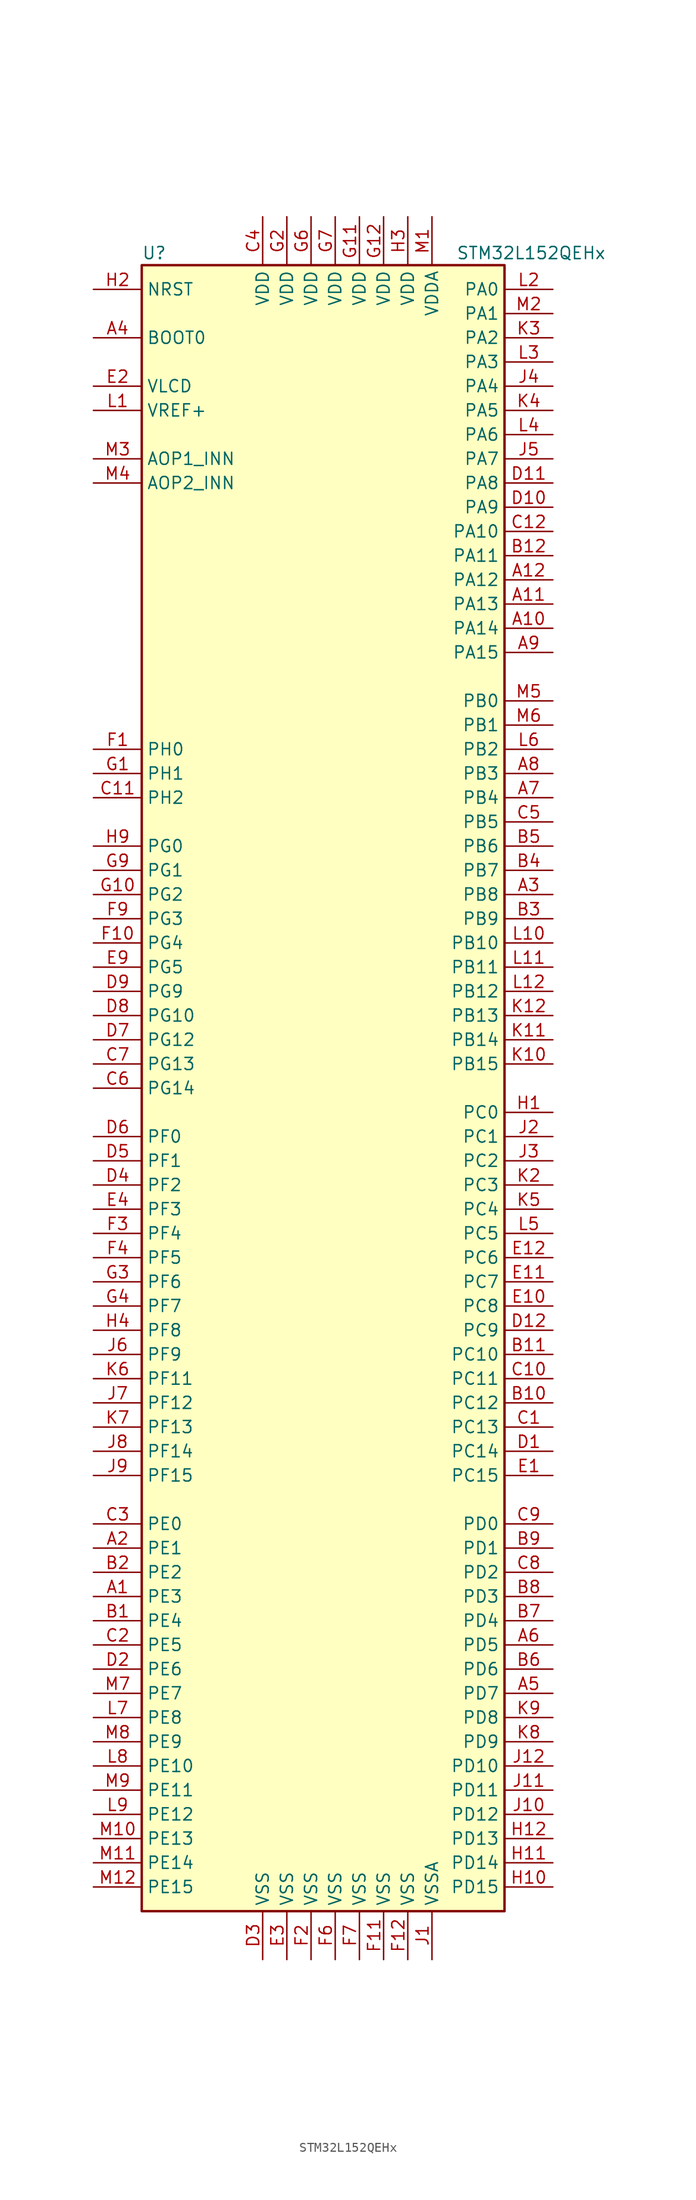
<source format=kicad_sym>
(kicad_symbol_lib
  (version 20211014)
  (generator kicad_symbol_editor)
  (symbol "STM32L152QEHx"
    (property "Reference" "U"
      (at -20.32 87.63 0)
      (effects (font (size 1.27 1.27)) (justify left)))
    (property "Value" "STM32L152QEHx"
      (at 12.7 87.63 0)
      (effects (font (size 1.27 1.27)) (justify left)))
    (symbol "STM32L152QEHx_0_1"
      (rectangle (start -20.32 -86.36) (end 17.78 86.36) (stroke (width 0.254) (type default) (color 0 0 0 0)) (fill (type background))))
    (symbol "STM32L152QEHx_1_1"
      (pin bidirectional line (at -25.4 -53.34 0) (length 5.08) (name "PE3" (effects (font (size 1.27 1.27)))) (number "A1" (effects (font (size 1.27 1.27)))))
      (pin bidirectional line (at 22.86 48.26 180) (length 5.08) (name "PA14" (effects (font (size 1.27 1.27)))) (number "A10" (effects (font (size 1.27 1.27)))))
      (pin bidirectional line (at 22.86 50.8 180) (length 5.08) (name "PA13" (effects (font (size 1.27 1.27)))) (number "A11" (effects (font (size 1.27 1.27)))))
      (pin bidirectional line (at 22.86 53.34 180) (length 5.08) (name "PA12" (effects (font (size 1.27 1.27)))) (number "A12" (effects (font (size 1.27 1.27)))))
      (pin bidirectional line (at -25.4 -48.26 0) (length 5.08) (name "PE1" (effects (font (size 1.27 1.27)))) (number "A2" (effects (font (size 1.27 1.27)))))
      (pin bidirectional line (at 22.86 20.32 180) (length 5.08) (name "PB8" (effects (font (size 1.27 1.27)))) (number "A3" (effects (font (size 1.27 1.27)))))
      (pin input line (at -25.4 78.74 0) (length 5.08) (name "BOOT0" (effects (font (size 1.27 1.27)))) (number "A4" (effects (font (size 1.27 1.27)))))
      (pin bidirectional line (at 22.86 -63.5 180) (length 5.08) (name "PD7" (effects (font (size 1.27 1.27)))) (number "A5" (effects (font (size 1.27 1.27)))))
      (pin bidirectional line (at 22.86 -58.42 180) (length 5.08) (name "PD5" (effects (font (size 1.27 1.27)))) (number "A6" (effects (font (size 1.27 1.27)))))
      (pin bidirectional line (at 22.86 30.48 180) (length 5.08) (name "PB4" (effects (font (size 1.27 1.27)))) (number "A7" (effects (font (size 1.27 1.27)))))
      (pin bidirectional line (at 22.86 33.02 180) (length 5.08) (name "PB3" (effects (font (size 1.27 1.27)))) (number "A8" (effects (font (size 1.27 1.27)))))
      (pin bidirectional line (at 22.86 45.72 180) (length 5.08) (name "PA15" (effects (font (size 1.27 1.27)))) (number "A9" (effects (font (size 1.27 1.27)))))
      (pin bidirectional line (at -25.4 -55.88 0) (length 5.08) (name "PE4" (effects (font (size 1.27 1.27)))) (number "B1" (effects (font (size 1.27 1.27)))))
      (pin bidirectional line (at 22.86 -33.02 180) (length 5.08) (name "PC12" (effects (font (size 1.27 1.27)))) (number "B10" (effects (font (size 1.27 1.27)))))
      (pin bidirectional line (at 22.86 -27.94 180) (length 5.08) (name "PC10" (effects (font (size 1.27 1.27)))) (number "B11" (effects (font (size 1.27 1.27)))))
      (pin bidirectional line (at 22.86 55.88 180) (length 5.08) (name "PA11" (effects (font (size 1.27 1.27)))) (number "B12" (effects (font (size 1.27 1.27)))))
      (pin bidirectional line (at -25.4 -50.8 0) (length 5.08) (name "PE2" (effects (font (size 1.27 1.27)))) (number "B2" (effects (font (size 1.27 1.27)))))
      (pin bidirectional line (at 22.86 17.78 180) (length 5.08) (name "PB9" (effects (font (size 1.27 1.27)))) (number "B3" (effects (font (size 1.27 1.27)))))
      (pin bidirectional line (at 22.86 22.86 180) (length 5.08) (name "PB7" (effects (font (size 1.27 1.27)))) (number "B4" (effects (font (size 1.27 1.27)))))
      (pin bidirectional line (at 22.86 25.4 180) (length 5.08) (name "PB6" (effects (font (size 1.27 1.27)))) (number "B5" (effects (font (size 1.27 1.27)))))
      (pin bidirectional line (at 22.86 -60.96 180) (length 5.08) (name "PD6" (effects (font (size 1.27 1.27)))) (number "B6" (effects (font (size 1.27 1.27)))))
      (pin bidirectional line (at 22.86 -55.88 180) (length 5.08) (name "PD4" (effects (font (size 1.27 1.27)))) (number "B7" (effects (font (size 1.27 1.27)))))
      (pin bidirectional line (at 22.86 -53.34 180) (length 5.08) (name "PD3" (effects (font (size 1.27 1.27)))) (number "B8" (effects (font (size 1.27 1.27)))))
      (pin bidirectional line (at 22.86 -48.26 180) (length 5.08) (name "PD1" (effects (font (size 1.27 1.27)))) (number "B9" (effects (font (size 1.27 1.27)))))
      (pin bidirectional line (at 22.86 -35.56 180) (length 5.08) (name "PC13" (effects (font (size 1.27 1.27)))) (number "C1" (effects (font (size 1.27 1.27)))))
      (pin bidirectional line (at 22.86 -30.48 180) (length 5.08) (name "PC11" (effects (font (size 1.27 1.27)))) (number "C10" (effects (font (size 1.27 1.27)))))
      (pin bidirectional line (at -25.4 30.48 0) (length 5.08) (name "PH2" (effects (font (size 1.27 1.27)))) (number "C11" (effects (font (size 1.27 1.27)))))
      (pin bidirectional line (at 22.86 58.42 180) (length 5.08) (name "PA10" (effects (font (size 1.27 1.27)))) (number "C12" (effects (font (size 1.27 1.27)))))
      (pin bidirectional line (at -25.4 -58.42 0) (length 5.08) (name "PE5" (effects (font (size 1.27 1.27)))) (number "C2" (effects (font (size 1.27 1.27)))))
      (pin bidirectional line (at -25.4 -45.72 0) (length 5.08) (name "PE0" (effects (font (size 1.27 1.27)))) (number "C3" (effects (font (size 1.27 1.27)))))
      (pin power_in line (at -7.62 91.44 270) (length 5.08) (name "VDD" (effects (font (size 1.27 1.27)))) (number "C4" (effects (font (size 1.27 1.27)))))
      (pin bidirectional line (at 22.86 27.94 180) (length 5.08) (name "PB5" (effects (font (size 1.27 1.27)))) (number "C5" (effects (font (size 1.27 1.27)))))
      (pin bidirectional line (at -25.4 0 0) (length 5.08) (name "PG14" (effects (font (size 1.27 1.27)))) (number "C6" (effects (font (size 1.27 1.27)))))
      (pin bidirectional line (at -25.4 2.54 0) (length 5.08) (name "PG13" (effects (font (size 1.27 1.27)))) (number "C7" (effects (font (size 1.27 1.27)))))
      (pin bidirectional line (at 22.86 -50.8 180) (length 5.08) (name "PD2" (effects (font (size 1.27 1.27)))) (number "C8" (effects (font (size 1.27 1.27)))))
      (pin bidirectional line (at 22.86 -45.72 180) (length 5.08) (name "PD0" (effects (font (size 1.27 1.27)))) (number "C9" (effects (font (size 1.27 1.27)))))
      (pin bidirectional line (at 22.86 -38.1 180) (length 5.08) (name "PC14" (effects (font (size 1.27 1.27)))) (number "D1" (effects (font (size 1.27 1.27)))))
      (pin bidirectional line (at 22.86 60.96 180) (length 5.08) (name "PA9" (effects (font (size 1.27 1.27)))) (number "D10" (effects (font (size 1.27 1.27)))))
      (pin bidirectional line (at 22.86 63.5 180) (length 5.08) (name "PA8" (effects (font (size 1.27 1.27)))) (number "D11" (effects (font (size 1.27 1.27)))))
      (pin bidirectional line (at 22.86 -25.4 180) (length 5.08) (name "PC9" (effects (font (size 1.27 1.27)))) (number "D12" (effects (font (size 1.27 1.27)))))
      (pin bidirectional line (at -25.4 -60.96 0) (length 5.08) (name "PE6" (effects (font (size 1.27 1.27)))) (number "D2" (effects (font (size 1.27 1.27)))))
      (pin power_in line (at -7.62 -91.44 90) (length 5.08) (name "VSS" (effects (font (size 1.27 1.27)))) (number "D3" (effects (font (size 1.27 1.27)))))
      (pin bidirectional line (at -25.4 -10.16 0) (length 5.08) (name "PF2" (effects (font (size 1.27 1.27)))) (number "D4" (effects (font (size 1.27 1.27)))))
      (pin bidirectional line (at -25.4 -7.62 0) (length 5.08) (name "PF1" (effects (font (size 1.27 1.27)))) (number "D5" (effects (font (size 1.27 1.27)))))
      (pin bidirectional line (at -25.4 -5.08 0) (length 5.08) (name "PF0" (effects (font (size 1.27 1.27)))) (number "D6" (effects (font (size 1.27 1.27)))))
      (pin bidirectional line (at -25.4 5.08 0) (length 5.08) (name "PG12" (effects (font (size 1.27 1.27)))) (number "D7" (effects (font (size 1.27 1.27)))))
      (pin bidirectional line (at -25.4 7.62 0) (length 5.08) (name "PG10" (effects (font (size 1.27 1.27)))) (number "D8" (effects (font (size 1.27 1.27)))))
      (pin bidirectional line (at -25.4 10.16 0) (length 5.08) (name "PG9" (effects (font (size 1.27 1.27)))) (number "D9" (effects (font (size 1.27 1.27)))))
      (pin bidirectional line (at 22.86 -40.64 180) (length 5.08) (name "PC15" (effects (font (size 1.27 1.27)))) (number "E1" (effects (font (size 1.27 1.27)))))
      (pin bidirectional line (at 22.86 -22.86 180) (length 5.08) (name "PC8" (effects (font (size 1.27 1.27)))) (number "E10" (effects (font (size 1.27 1.27)))))
      (pin bidirectional line (at 22.86 -20.32 180) (length 5.08) (name "PC7" (effects (font (size 1.27 1.27)))) (number "E11" (effects (font (size 1.27 1.27)))))
      (pin bidirectional line (at 22.86 -17.78 180) (length 5.08) (name "PC6" (effects (font (size 1.27 1.27)))) (number "E12" (effects (font (size 1.27 1.27)))))
      (pin power_in line (at -25.4 73.66 0) (length 5.08) (name "VLCD" (effects (font (size 1.27 1.27)))) (number "E2" (effects (font (size 1.27 1.27)))))
      (pin power_in line (at -5.08 -91.44 90) (length 5.08) (name "VSS" (effects (font (size 1.27 1.27)))) (number "E3" (effects (font (size 1.27 1.27)))))
      (pin bidirectional line (at -25.4 -12.7 0) (length 5.08) (name "PF3" (effects (font (size 1.27 1.27)))) (number "E4" (effects (font (size 1.27 1.27)))))
      (pin bidirectional line (at -25.4 12.7 0) (length 5.08) (name "PG5" (effects (font (size 1.27 1.27)))) (number "E9" (effects (font (size 1.27 1.27)))))
      (pin input line (at -25.4 35.56 0) (length 5.08) (name "PH0" (effects (font (size 1.27 1.27)))) (number "F1" (effects (font (size 1.27 1.27)))))
      (pin bidirectional line (at -25.4 15.24 0) (length 5.08) (name "PG4" (effects (font (size 1.27 1.27)))) (number "F10" (effects (font (size 1.27 1.27)))))
      (pin power_in line (at 5.08 -91.44 90) (length 5.08) (name "VSS" (effects (font (size 1.27 1.27)))) (number "F11" (effects (font (size 1.27 1.27)))))
      (pin power_in line (at 7.62 -91.44 90) (length 5.08) (name "VSS" (effects (font (size 1.27 1.27)))) (number "F12" (effects (font (size 1.27 1.27)))))
      (pin power_in line (at -2.54 -91.44 90) (length 5.08) (name "VSS" (effects (font (size 1.27 1.27)))) (number "F2" (effects (font (size 1.27 1.27)))))
      (pin bidirectional line (at -25.4 -15.24 0) (length 5.08) (name "PF4" (effects (font (size 1.27 1.27)))) (number "F3" (effects (font (size 1.27 1.27)))))
      (pin bidirectional line (at -25.4 -17.78 0) (length 5.08) (name "PF5" (effects (font (size 1.27 1.27)))) (number "F4" (effects (font (size 1.27 1.27)))))
      (pin power_in line (at 0 -91.44 90) (length 5.08) (name "VSS" (effects (font (size 1.27 1.27)))) (number "F6" (effects (font (size 1.27 1.27)))))
      (pin power_in line (at 2.54 -91.44 90) (length 5.08) (name "VSS" (effects (font (size 1.27 1.27)))) (number "F7" (effects (font (size 1.27 1.27)))))
      (pin bidirectional line (at -25.4 17.78 0) (length 5.08) (name "PG3" (effects (font (size 1.27 1.27)))) (number "F9" (effects (font (size 1.27 1.27)))))
      (pin input line (at -25.4 33.02 0) (length 5.08) (name "PH1" (effects (font (size 1.27 1.27)))) (number "G1" (effects (font (size 1.27 1.27)))))
      (pin bidirectional line (at -25.4 20.32 0) (length 5.08) (name "PG2" (effects (font (size 1.27 1.27)))) (number "G10" (effects (font (size 1.27 1.27)))))
      (pin power_in line (at 2.54 91.44 270) (length 5.08) (name "VDD" (effects (font (size 1.27 1.27)))) (number "G11" (effects (font (size 1.27 1.27)))))
      (pin power_in line (at 5.08 91.44 270) (length 5.08) (name "VDD" (effects (font (size 1.27 1.27)))) (number "G12" (effects (font (size 1.27 1.27)))))
      (pin power_in line (at -5.08 91.44 270) (length 5.08) (name "VDD" (effects (font (size 1.27 1.27)))) (number "G2" (effects (font (size 1.27 1.27)))))
      (pin bidirectional line (at -25.4 -20.32 0) (length 5.08) (name "PF6" (effects (font (size 1.27 1.27)))) (number "G3" (effects (font (size 1.27 1.27)))))
      (pin bidirectional line (at -25.4 -22.86 0) (length 5.08) (name "PF7" (effects (font (size 1.27 1.27)))) (number "G4" (effects (font (size 1.27 1.27)))))
      (pin power_in line (at -2.54 91.44 270) (length 5.08) (name "VDD" (effects (font (size 1.27 1.27)))) (number "G6" (effects (font (size 1.27 1.27)))))
      (pin power_in line (at 0 91.44 270) (length 5.08) (name "VDD" (effects (font (size 1.27 1.27)))) (number "G7" (effects (font (size 1.27 1.27)))))
      (pin bidirectional line (at -25.4 22.86 0) (length 5.08) (name "PG1" (effects (font (size 1.27 1.27)))) (number "G9" (effects (font (size 1.27 1.27)))))
      (pin bidirectional line (at 22.86 -2.54 180) (length 5.08) (name "PC0" (effects (font (size 1.27 1.27)))) (number "H1" (effects (font (size 1.27 1.27)))))
      (pin bidirectional line (at 22.86 -83.82 180) (length 5.08) (name "PD15" (effects (font (size 1.27 1.27)))) (number "H10" (effects (font (size 1.27 1.27)))))
      (pin bidirectional line (at 22.86 -81.28 180) (length 5.08) (name "PD14" (effects (font (size 1.27 1.27)))) (number "H11" (effects (font (size 1.27 1.27)))))
      (pin bidirectional line (at 22.86 -78.74 180) (length 5.08) (name "PD13" (effects (font (size 1.27 1.27)))) (number "H12" (effects (font (size 1.27 1.27)))))
      (pin input line (at -25.4 83.82 0) (length 5.08) (name "NRST" (effects (font (size 1.27 1.27)))) (number "H2" (effects (font (size 1.27 1.27)))))
      (pin power_in line (at 7.62 91.44 270) (length 5.08) (name "VDD" (effects (font (size 1.27 1.27)))) (number "H3" (effects (font (size 1.27 1.27)))))
      (pin bidirectional line (at -25.4 -25.4 0) (length 5.08) (name "PF8" (effects (font (size 1.27 1.27)))) (number "H4" (effects (font (size 1.27 1.27)))))
      (pin bidirectional line (at -25.4 25.4 0) (length 5.08) (name "PG0" (effects (font (size 1.27 1.27)))) (number "H9" (effects (font (size 1.27 1.27)))))
      (pin power_in line (at 10.16 -91.44 90) (length 5.08) (name "VSSA" (effects (font (size 1.27 1.27)))) (number "J1" (effects (font (size 1.27 1.27)))))
      (pin bidirectional line (at 22.86 -76.2 180) (length 5.08) (name "PD12" (effects (font (size 1.27 1.27)))) (number "J10" (effects (font (size 1.27 1.27)))))
      (pin bidirectional line (at 22.86 -73.66 180) (length 5.08) (name "PD11" (effects (font (size 1.27 1.27)))) (number "J11" (effects (font (size 1.27 1.27)))))
      (pin bidirectional line (at 22.86 -71.12 180) (length 5.08) (name "PD10" (effects (font (size 1.27 1.27)))) (number "J12" (effects (font (size 1.27 1.27)))))
      (pin bidirectional line (at 22.86 -5.08 180) (length 5.08) (name "PC1" (effects (font (size 1.27 1.27)))) (number "J2" (effects (font (size 1.27 1.27)))))
      (pin bidirectional line (at 22.86 -7.62 180) (length 5.08) (name "PC2" (effects (font (size 1.27 1.27)))) (number "J3" (effects (font (size 1.27 1.27)))))
      (pin bidirectional line (at 22.86 73.66 180) (length 5.08) (name "PA4" (effects (font (size 1.27 1.27)))) (number "J4" (effects (font (size 1.27 1.27)))))
      (pin bidirectional line (at 22.86 66.04 180) (length 5.08) (name "PA7" (effects (font (size 1.27 1.27)))) (number "J5" (effects (font (size 1.27 1.27)))))
      (pin bidirectional line (at -25.4 -27.94 0) (length 5.08) (name "PF9" (effects (font (size 1.27 1.27)))) (number "J6" (effects (font (size 1.27 1.27)))))
      (pin bidirectional line (at -25.4 -33.02 0) (length 5.08) (name "PF12" (effects (font (size 1.27 1.27)))) (number "J7" (effects (font (size 1.27 1.27)))))
      (pin bidirectional line (at -25.4 -38.1 0) (length 5.08) (name "PF14" (effects (font (size 1.27 1.27)))) (number "J8" (effects (font (size 1.27 1.27)))))
      (pin bidirectional line (at -25.4 -40.64 0) (length 5.08) (name "PF15" (effects (font (size 1.27 1.27)))) (number "J9" (effects (font (size 1.27 1.27)))))
      (pin no_connect line (at -20.32 -83.82 0) (length 5.08) hide (name "NC" (effects (font (size 1.27 1.27)))) (number "K1" (effects (font (size 1.27 1.27)))))
      (pin bidirectional line (at 22.86 2.54 180) (length 5.08) (name "PB15" (effects (font (size 1.27 1.27)))) (number "K10" (effects (font (size 1.27 1.27)))))
      (pin bidirectional line (at 22.86 5.08 180) (length 5.08) (name "PB14" (effects (font (size 1.27 1.27)))) (number "K11" (effects (font (size 1.27 1.27)))))
      (pin bidirectional line (at 22.86 7.62 180) (length 5.08) (name "PB13" (effects (font (size 1.27 1.27)))) (number "K12" (effects (font (size 1.27 1.27)))))
      (pin bidirectional line (at 22.86 -10.16 180) (length 5.08) (name "PC3" (effects (font (size 1.27 1.27)))) (number "K2" (effects (font (size 1.27 1.27)))))
      (pin bidirectional line (at 22.86 78.74 180) (length 5.08) (name "PA2" (effects (font (size 1.27 1.27)))) (number "K3" (effects (font (size 1.27 1.27)))))
      (pin bidirectional line (at 22.86 71.12 180) (length 5.08) (name "PA5" (effects (font (size 1.27 1.27)))) (number "K4" (effects (font (size 1.27 1.27)))))
      (pin bidirectional line (at 22.86 -12.7 180) (length 5.08) (name "PC4" (effects (font (size 1.27 1.27)))) (number "K5" (effects (font (size 1.27 1.27)))))
      (pin bidirectional line (at -25.4 -30.48 0) (length 5.08) (name "PF11" (effects (font (size 1.27 1.27)))) (number "K6" (effects (font (size 1.27 1.27)))))
      (pin bidirectional line (at -25.4 -35.56 0) (length 5.08) (name "PF13" (effects (font (size 1.27 1.27)))) (number "K7" (effects (font (size 1.27 1.27)))))
      (pin bidirectional line (at 22.86 -68.58 180) (length 5.08) (name "PD9" (effects (font (size 1.27 1.27)))) (number "K8" (effects (font (size 1.27 1.27)))))
      (pin bidirectional line (at 22.86 -66.04 180) (length 5.08) (name "PD8" (effects (font (size 1.27 1.27)))) (number "K9" (effects (font (size 1.27 1.27)))))
      (pin power_in line (at -25.4 71.12 0) (length 5.08) (name "VREF+" (effects (font (size 1.27 1.27)))) (number "L1" (effects (font (size 1.27 1.27)))))
      (pin bidirectional line (at 22.86 15.24 180) (length 5.08) (name "PB10" (effects (font (size 1.27 1.27)))) (number "L10" (effects (font (size 1.27 1.27)))))
      (pin bidirectional line (at 22.86 12.7 180) (length 5.08) (name "PB11" (effects (font (size 1.27 1.27)))) (number "L11" (effects (font (size 1.27 1.27)))))
      (pin bidirectional line (at 22.86 10.16 180) (length 5.08) (name "PB12" (effects (font (size 1.27 1.27)))) (number "L12" (effects (font (size 1.27 1.27)))))
      (pin bidirectional line (at 22.86 83.82 180) (length 5.08) (name "PA0" (effects (font (size 1.27 1.27)))) (number "L2" (effects (font (size 1.27 1.27)))))
      (pin bidirectional line (at 22.86 76.2 180) (length 5.08) (name "PA3" (effects (font (size 1.27 1.27)))) (number "L3" (effects (font (size 1.27 1.27)))))
      (pin bidirectional line (at 22.86 68.58 180) (length 5.08) (name "PA6" (effects (font (size 1.27 1.27)))) (number "L4" (effects (font (size 1.27 1.27)))))
      (pin bidirectional line (at 22.86 -15.24 180) (length 5.08) (name "PC5" (effects (font (size 1.27 1.27)))) (number "L5" (effects (font (size 1.27 1.27)))))
      (pin bidirectional line (at 22.86 35.56 180) (length 5.08) (name "PB2" (effects (font (size 1.27 1.27)))) (number "L6" (effects (font (size 1.27 1.27)))))
      (pin bidirectional line (at -25.4 -66.04 0) (length 5.08) (name "PE8" (effects (font (size 1.27 1.27)))) (number "L7" (effects (font (size 1.27 1.27)))))
      (pin bidirectional line (at -25.4 -71.12 0) (length 5.08) (name "PE10" (effects (font (size 1.27 1.27)))) (number "L8" (effects (font (size 1.27 1.27)))))
      (pin bidirectional line (at -25.4 -76.2 0) (length 5.08) (name "PE12" (effects (font (size 1.27 1.27)))) (number "L9" (effects (font (size 1.27 1.27)))))
      (pin power_in line (at 10.16 91.44 270) (length 5.08) (name "VDDA" (effects (font (size 1.27 1.27)))) (number "M1" (effects (font (size 1.27 1.27)))))
      (pin bidirectional line (at -25.4 -78.74 0) (length 5.08) (name "PE13" (effects (font (size 1.27 1.27)))) (number "M10" (effects (font (size 1.27 1.27)))))
      (pin bidirectional line (at -25.4 -81.28 0) (length 5.08) (name "PE14" (effects (font (size 1.27 1.27)))) (number "M11" (effects (font (size 1.27 1.27)))))
      (pin bidirectional line (at -25.4 -83.82 0) (length 5.08) (name "PE15" (effects (font (size 1.27 1.27)))) (number "M12" (effects (font (size 1.27 1.27)))))
      (pin bidirectional line (at 22.86 81.28 180) (length 5.08) (name "PA1" (effects (font (size 1.27 1.27)))) (number "M2" (effects (font (size 1.27 1.27)))))
      (pin bidirectional line (at -25.4 66.04 0) (length 5.08) (name "AOP1_INN" (effects (font (size 1.27 1.27)))) (number "M3" (effects (font (size 1.27 1.27)))))
      (pin bidirectional line (at -25.4 63.5 0) (length 5.08) (name "AOP2_INN" (effects (font (size 1.27 1.27)))) (number "M4" (effects (font (size 1.27 1.27)))))
      (pin bidirectional line (at 22.86 40.64 180) (length 5.08) (name "PB0" (effects (font (size 1.27 1.27)))) (number "M5" (effects (font (size 1.27 1.27)))))
      (pin bidirectional line (at 22.86 38.1 180) (length 5.08) (name "PB1" (effects (font (size 1.27 1.27)))) (number "M6" (effects (font (size 1.27 1.27)))))
      (pin bidirectional line (at -25.4 -63.5 0) (length 5.08) (name "PE7" (effects (font (size 1.27 1.27)))) (number "M7" (effects (font (size 1.27 1.27)))))
      (pin bidirectional line (at -25.4 -68.58 0) (length 5.08) (name "PE9" (effects (font (size 1.27 1.27)))) (number "M8" (effects (font (size 1.27 1.27)))))
      (pin bidirectional line (at -25.4 -73.66 0) (length 5.08) (name "PE11" (effects (font (size 1.27 1.27)))) (number "M9" (effects (font (size 1.27 1.27))))))))
</source>
